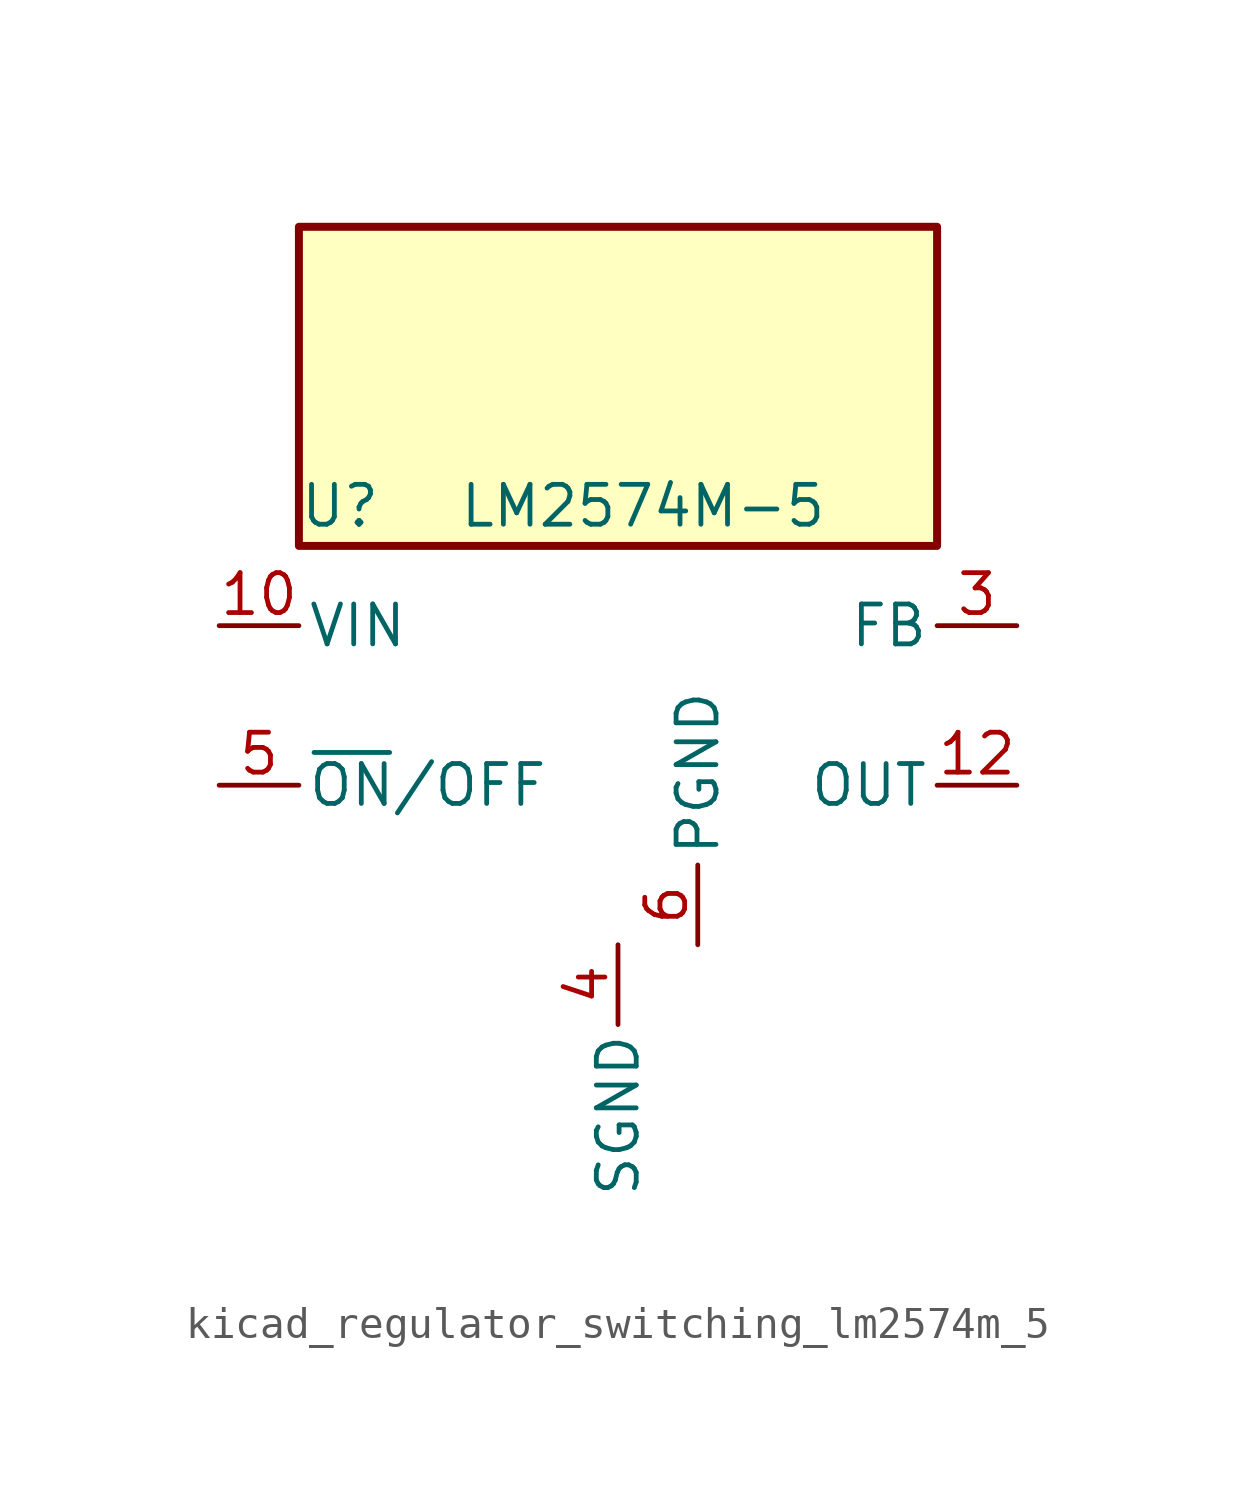
<source format=kicad_sym>
(kicad_symbol_lib
  (version 20220914)
  (generator kicad_symbol_editor)
  (symbol "kicad_regulator_switching_lm2574m_5"
    (pin_names
      (offset 0.254))
    (property "Reference" "U"
      (at -10.16 6.35 0)
      (effects (font (size 1.27 1.27)) (justify left)))
    (property "Value" "LM2574M-5"
      (at -5.08 6.35 0)
      (effects (font (size 1.27 1.27)) (justify left)))
    (symbol "kicad_regulator_switching_lm2574m_5_0_1"
      (rectangle (start 10.16 15.24) (end -10.16 5.08) (stroke (width 0.254) (type default)) (fill (type background))))
    (symbol "kicad_regulator_switching_lm2574m_5_1_1"
      (pin power_in line (at -12.7 2.54 0) (length 2.54) (name "VIN" (effects (font (size 1.27 1.27)))) (number "10" (effects (font (size 1.27 1.27)))))
      (pin output line (at 12.7 -2.54 180) (length 2.54) (name "OUT" (effects (font (size 1.27 1.27)))) (number "12" (effects (font (size 1.27 1.27)))))
      (pin input line (at 12.7 2.54 180) (length 2.54) (name "FB" (effects (font (size 1.27 1.27)))) (number "3" (effects (font (size 1.27 1.27)))))
      (pin power_in line (at 0 -7.62 270) (length 2.54) (name "SGND" (effects (font (size 1.27 1.27)))) (number "4" (effects (font (size 1.27 1.27)))))
      (pin input line (at -12.7 -2.54 0) (length 2.54) (name "~{ON}/OFF" (effects (font (size 1.27 1.27)))) (number "5" (effects (font (size 1.27 1.27)))))
      (pin power_in line (at 2.54 -7.62 90) (length 2.54) (name "PGND" (effects (font (size 1.27 1.27)))) (number "6" (effects (font (size 1.27 1.27))))))))
</source>
